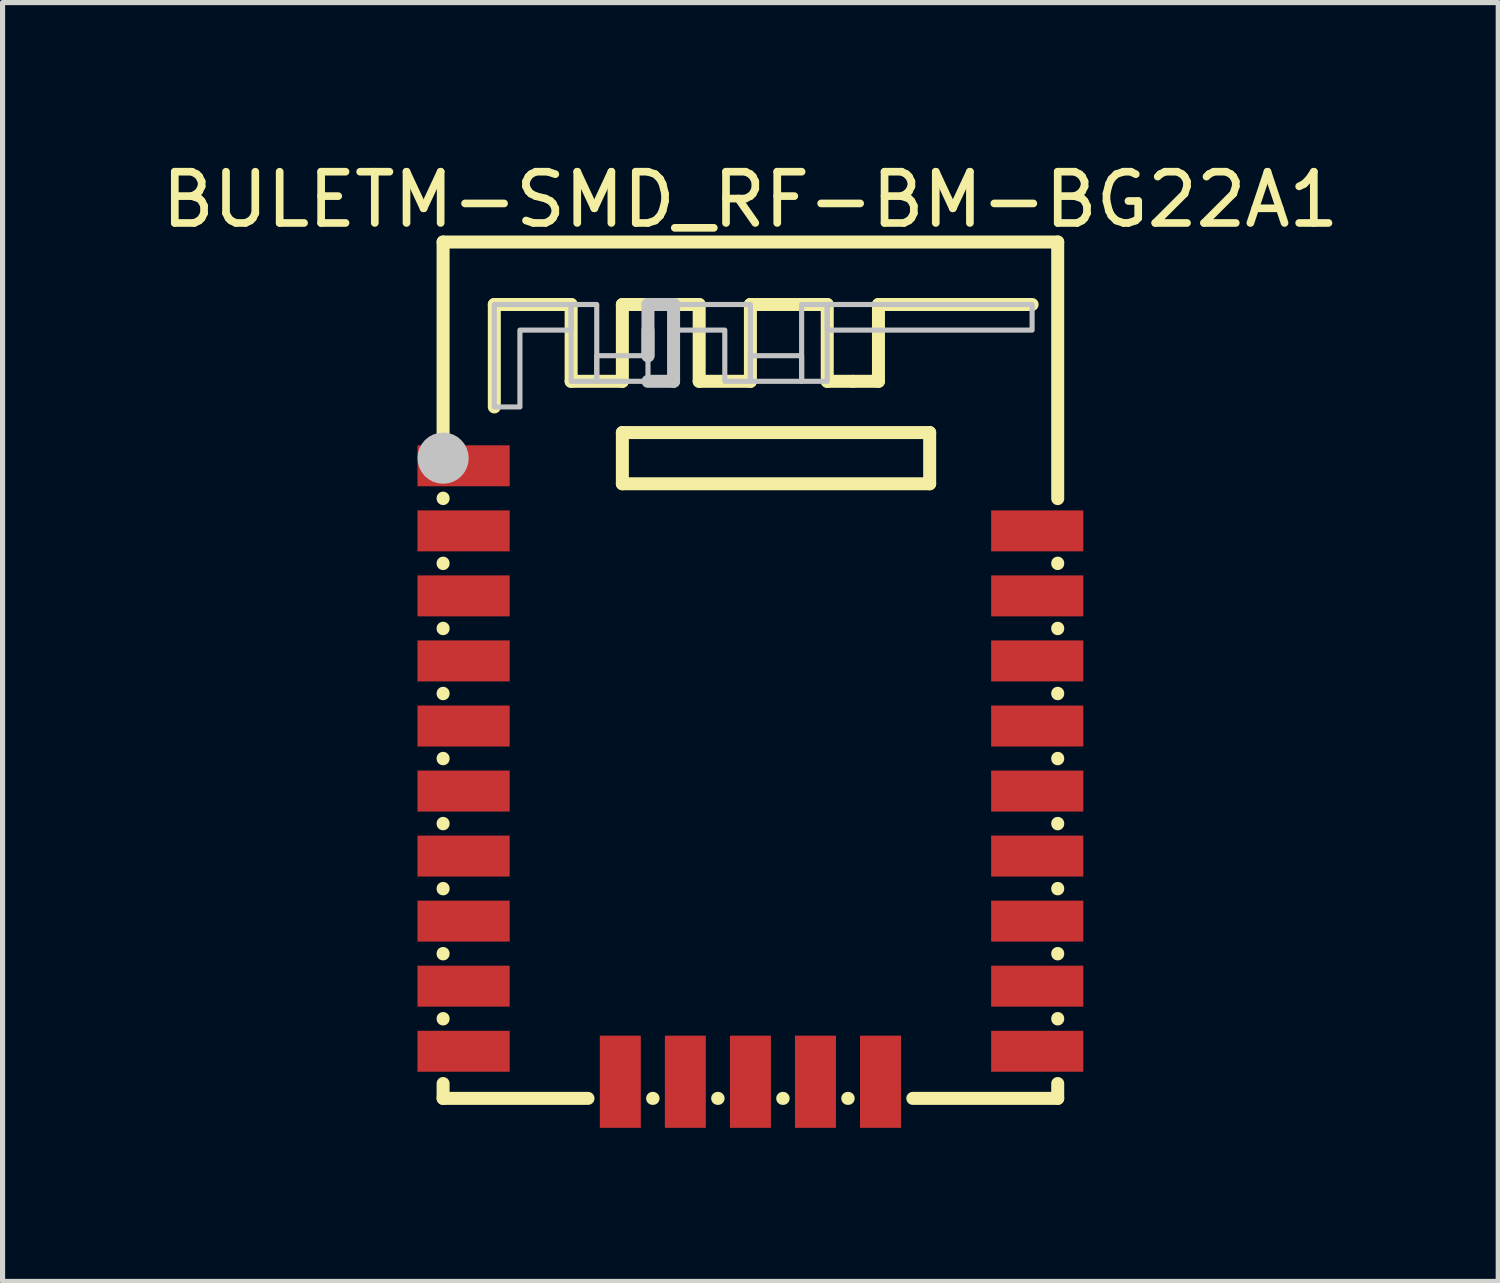
<source format=kicad_pcb>
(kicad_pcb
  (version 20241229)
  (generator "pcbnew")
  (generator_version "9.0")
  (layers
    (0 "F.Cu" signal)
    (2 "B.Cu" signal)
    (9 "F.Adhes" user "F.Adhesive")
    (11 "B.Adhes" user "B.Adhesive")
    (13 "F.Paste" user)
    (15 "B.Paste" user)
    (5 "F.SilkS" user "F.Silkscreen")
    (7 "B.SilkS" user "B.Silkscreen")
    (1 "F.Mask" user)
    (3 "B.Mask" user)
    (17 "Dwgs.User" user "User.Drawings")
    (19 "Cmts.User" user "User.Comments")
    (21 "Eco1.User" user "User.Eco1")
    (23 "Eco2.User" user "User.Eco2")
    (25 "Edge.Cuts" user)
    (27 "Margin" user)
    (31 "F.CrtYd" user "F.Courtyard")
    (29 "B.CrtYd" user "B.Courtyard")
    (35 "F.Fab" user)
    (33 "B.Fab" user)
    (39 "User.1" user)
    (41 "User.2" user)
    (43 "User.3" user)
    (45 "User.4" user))
  (footprint "BULETM-SMD_RF-BM-BG22A1"
    (layer "F.Cu")
    (at 11.601 12.057)
    (property "Reference" "BULETM-SMD_RF-BM-BG22A1" (at 0 -11.209 0) (layer "F.SilkS") (effects (font (size 1 1) (thickness 0.15))))
    (attr smd)
    (fp_line (start -6 -5.373) (end -6 -5.381) (stroke (width 0.254) (type default)) (layer "F.SilkS"))
    (fp_line (start -6 -4.104) (end -6 -4.112) (stroke (width 0.254) (type default)) (layer "F.SilkS"))
    (fp_line (start -6 -2.833) (end -6 -2.841) (stroke (width 0.254) (type default)) (layer "F.SilkS"))
    (fp_line (start -6 -1.563) (end -6 -1.571) (stroke (width 0.254) (type default)) (layer "F.SilkS"))
    (fp_line (start -6 -0.293) (end -6 -0.301) (stroke (width 0.254) (type default)) (layer "F.SilkS"))
    (fp_line (start -6 0.977) (end -6 0.969) (stroke (width 0.254) (type default)) (layer "F.SilkS"))
    (fp_line (start -6 2.247) (end -6 2.239) (stroke (width 0.254) (type default)) (layer "F.SilkS"))
    (fp_line (start -6 3.517) (end -6 3.509) (stroke (width 0.254) (type default)) (layer "F.SilkS"))
    (fp_line (start -6 4.787) (end -6 4.779) (stroke (width 0.254) (type default)) (layer "F.SilkS"))
    (fp_line (start -6 6.338) (end -6 6.048) (stroke (width 0.254) (type default)) (layer "F.SilkS"))
    (fp_line (start -6 -10.382) (end 6 -10.382) (stroke (width 0.254) (type default)) (layer "F.SilkS"))
    (fp_line (start -6 -6.643) (end -6 -10.382) (stroke (width 0.254) (type default)) (layer "F.SilkS"))
    (fp_line (start -5 -9.162) (end -3.5 -9.162) (stroke (width 0.254) (type default)) (layer "F.SilkS"))
    (fp_line (start -5 -7.162) (end -5 -9.162) (stroke (width 0.254) (type default)) (layer "F.SilkS"))
    (fp_line (start -3.5 -9.162) (end -3.5 -7.662) (stroke (width 0.254) (type default)) (layer "F.SilkS"))
    (fp_line (start -3.5 -7.662) (end -2.5 -7.662) (stroke (width 0.254) (type default)) (layer "F.SilkS"))
    (fp_line (start -3.171 6.338) (end -6 6.338) (stroke (width 0.254) (type default)) (layer "F.SilkS"))
    (fp_line (start -2.5 -9.162) (end -1 -9.162) (stroke (width 0.254) (type default)) (layer "F.SilkS"))
    (fp_line (start -2.5 -7.662) (end -2.5 -9.162) (stroke (width 0.254) (type default)) (layer "F.SilkS"))
    (fp_line (start -2.5 -6.662) (end 3.5 -6.662) (stroke (width 0.254) (type default)) (layer "F.SilkS"))
    (fp_line (start -2.5 -5.662) (end -2.5 -6.662) (stroke (width 0.254) (type default)) (layer "F.SilkS"))
    (fp_line (start -1.901 6.338) (end -1.909 6.338) (stroke (width 0.254) (type default)) (layer "F.SilkS"))
    (fp_line (start -1 -9.162) (end -1 -7.662) (stroke (width 0.254) (type default)) (layer "F.SilkS"))
    (fp_line (start -1 -7.662) (end 0 -7.662) (stroke (width 0.254) (type default)) (layer "F.SilkS"))
    (fp_line (start -0.631 6.338) (end -0.639 6.338) (stroke (width 0.254) (type default)) (layer "F.SilkS"))
    (fp_line (start 0 -9.162) (end 1.5 -9.162) (stroke (width 0.254) (type default)) (layer "F.SilkS"))
    (fp_line (start 0 -7.662) (end 0 -9.162) (stroke (width 0.254) (type default)) (layer "F.SilkS"))
    (fp_line (start 0.639 6.338) (end 0.631 6.338) (stroke (width 0.254) (type default)) (layer "F.SilkS"))
    (fp_line (start 1.5 -9.162) (end 1.5 -7.662) (stroke (width 0.254) (type default)) (layer "F.SilkS"))
    (fp_line (start 1.5 -7.662) (end 2 -7.662) (stroke (width 0.254) (type default)) (layer "F.SilkS"))
    (fp_line (start 1.909 6.338) (end 1.901 6.338) (stroke (width 0.254) (type default)) (layer "F.SilkS"))
    (fp_line (start 2 -7.662) (end 2.5 -7.662) (stroke (width 0.254) (type default)) (layer "F.SilkS"))
    (fp_line (start 2.5 -9.162) (end 5.5 -9.162) (stroke (width 0.254) (type default)) (layer "F.SilkS"))
    (fp_line (start 2.5 -7.662) (end 2.5 -9.162) (stroke (width 0.254) (type default)) (layer "F.SilkS"))
    (fp_line (start 3.5 -6.662) (end 3.5 -5.662) (stroke (width 0.254) (type default)) (layer "F.SilkS"))
    (fp_line (start 3.5 -5.662) (end -2.5 -5.662) (stroke (width 0.254) (type default)) (layer "F.SilkS"))
    (fp_line (start 6 -10.382) (end 6 -5.372) (stroke (width 0.254) (type default)) (layer "F.SilkS"))
    (fp_line (start 6 -4.112) (end 6 -4.104) (stroke (width 0.254) (type default)) (layer "F.SilkS"))
    (fp_line (start 6 -2.841) (end 6 -2.833) (stroke (width 0.254) (type default)) (layer "F.SilkS"))
    (fp_line (start 6 -1.571) (end 6 -1.563) (stroke (width 0.254) (type default)) (layer "F.SilkS"))
    (fp_line (start 6 -0.301) (end 6 -0.293) (stroke (width 0.254) (type default)) (layer "F.SilkS"))
    (fp_line (start 6 0.969) (end 6 0.977) (stroke (width 0.254) (type default)) (layer "F.SilkS"))
    (fp_line (start 6 2.239) (end 6 2.247) (stroke (width 0.254) (type default)) (layer "F.SilkS"))
    (fp_line (start 6 3.509) (end 6 3.517) (stroke (width 0.254) (type default)) (layer "F.SilkS"))
    (fp_line (start 6 4.779) (end 6 4.787) (stroke (width 0.254) (type default)) (layer "F.SilkS"))
    (fp_line (start 6 6.048) (end 6 6.338) (stroke (width 0.254) (type default)) (layer "F.SilkS"))
    (fp_line (start 6 6.338) (end 3.171 6.338) (stroke (width 0.254) (type default)) (layer "F.SilkS"))
    (fp_line (start -2 -9.162) (end -1.5 -9.162) (stroke (width 0.254) (type default)) (layer "Dwgs.User"))
    (fp_line (start -2 -8.662) (end -2 -8.162) (stroke (width 0.254) (type default)) (layer "Dwgs.User"))
    (fp_line (start -2 -8.162) (end -2 -9.162) (stroke (width 0.254) (type default)) (layer "Dwgs.User"))
    (fp_line (start -1.5 -9.162) (end -1.5 -7.662) (stroke (width 0.254) (type default)) (layer "Dwgs.User"))
    (fp_line (start -1.5 -7.662) (end -2 -7.662) (stroke (width 0.254) (type default)) (layer "Dwgs.User"))
    (fp_circle (center -6 -6.162) (end -5.75 -6.162) (stroke (width 0.5) (type default)) (fill no) (layer "Dwgs.User"))
    (fp_poly (pts (xy -3.5 -9.162) (xy -3 -9.162) (xy -3 -7.662) (xy -3.5 -7.662)) (stroke (width 0.1) (type default)) (fill no) (layer "Dwgs.User"))
    (fp_poly (pts (xy -3 -7.662) (xy -2 -7.662) (xy -2 -8.162) (xy -3 -8.162)) (stroke (width 0.1) (type default)) (fill no) (layer "Dwgs.User"))
    (fp_poly (pts (xy 0 -7.662) (xy 1 -7.662) (xy 1 -8.162) (xy 0 -8.162)) (stroke (width 0.1) (type default)) (fill no) (layer "Dwgs.User"))
    (fp_poly (pts (xy 1.5 -9.162) (xy 5.5 -9.162) (xy 5.5 -8.662) (xy 1.5 -8.662)) (stroke (width 0.1) (type default)) (fill no) (layer "Dwgs.User"))
    (fp_poly (pts (xy 1 -7.662) (xy 1.5 -7.662) (xy 1.5 -8.662) (xy 1.5 -9.162) (xy 1 -9.162)) (stroke (width 0.1) (type default)) (fill no) (layer "Dwgs.User"))
    (fp_poly (pts (xy -5 -7.162) (xy -5 -9.162) (xy -3.5 -9.162) (xy -3.5 -8.662) (xy -4.5 -8.662) (xy -4.5 -7.162)) (stroke (width 0.1) (type default)) (fill no) (layer "Dwgs.User"))
    (fp_poly (pts (xy -1.5 -9.162) (xy 0 -9.162) (xy 0 -7.662) (xy -0.5 -7.662) (xy -0.5 -8.662) (xy -1.5 -8.662)) (stroke (width 0.1) (type default)) (fill no) (layer "Dwgs.User"))
    (fp_poly (pts (xy -5.8 -6.412) (xy -4.8 -6.412) (xy -4.8 -5.612) (xy -5.8 -5.612)) (stroke (width 0.1) (type default)) (fill no) (layer "User.1"))
    (fp_poly (pts (xy -5.8 -5.143) (xy -4.8 -5.143) (xy -4.8 -4.343) (xy -5.8 -4.343)) (stroke (width 0.1) (type default)) (fill no) (layer "User.1"))
    (fp_poly (pts (xy -5.8 -3.873) (xy -4.8 -3.873) (xy -4.8 -3.072) (xy -5.8 -3.072)) (stroke (width 0.1) (type default)) (fill no) (layer "User.1"))
    (fp_poly (pts (xy -5.8 -2.603) (xy -4.8 -2.603) (xy -4.8 -1.802) (xy -5.8 -1.802)) (stroke (width 0.1) (type default)) (fill no) (layer "User.1"))
    (fp_poly (pts (xy -5.8 -1.333) (xy -4.8 -1.333) (xy -4.8 -0.532) (xy -5.8 -0.532)) (stroke (width 0.1) (type default)) (fill no) (layer "User.1"))
    (fp_poly (pts (xy -5.8 -0.062) (xy -4.8 -0.062) (xy -4.8 0.738) (xy -5.8 0.738)) (stroke (width 0.1) (type default)) (fill no) (layer "User.1"))
    (fp_poly (pts (xy -5.8 1.208) (xy -4.8 1.208) (xy -4.8 2.007) (xy -5.8 2.007)) (stroke (width 0.1) (type default)) (fill no) (layer "User.1"))
    (fp_poly (pts (xy -5.8 2.478) (xy -4.8 2.478) (xy -4.8 3.277) (xy -5.8 3.277)) (stroke (width 0.1) (type default)) (fill no) (layer "User.1"))
    (fp_poly (pts (xy -5.8 3.748) (xy -4.8 3.748) (xy -4.8 4.548) (xy -5.8 4.548)) (stroke (width 0.1) (type default)) (fill no) (layer "User.1"))
    (fp_poly (pts (xy -5.8 5.018) (xy -4.8 5.018) (xy -4.8 5.817) (xy -5.8 5.817)) (stroke (width 0.1) (type default)) (fill no) (layer "User.1"))
    (fp_poly (pts (xy -2.14 5.218) (xy -2.14 6.218) (xy -2.94 6.218) (xy -2.94 5.218)) (stroke (width 0.1) (type default)) (fill no) (layer "User.1"))
    (fp_poly (pts (xy -0.87 5.218) (xy -0.87 6.218) (xy -1.67 6.218) (xy -1.67 5.218)) (stroke (width 0.1) (type default)) (fill no) (layer "User.1"))
    (fp_poly (pts (xy 0.4 5.218) (xy 0.4 6.218) (xy -0.4 6.218) (xy -0.4 5.218)) (stroke (width 0.1) (type default)) (fill no) (layer "User.1"))
    (fp_poly (pts (xy 1.67 5.218) (xy 1.67 6.218) (xy 0.87 6.218) (xy 0.87 5.218)) (stroke (width 0.1) (type default)) (fill no) (layer "User.1"))
    (fp_poly (pts (xy 2.94 5.218) (xy 2.94 6.218) (xy 2.14 6.218) (xy 2.14 5.218)) (stroke (width 0.1) (type default)) (fill no) (layer "User.1"))
    (fp_poly (pts (xy 5.8 -4.343) (xy 4.8 -4.343) (xy 4.8 -5.143) (xy 5.8 -5.143)) (stroke (width 0.1) (type default)) (fill no) (layer "User.1"))
    (fp_poly (pts (xy 5.8 -3.072) (xy 4.8 -3.072) (xy 4.8 -3.873) (xy 5.8 -3.873)) (stroke (width 0.1) (type default)) (fill no) (layer "User.1"))
    (fp_poly (pts (xy 5.8 -1.802) (xy 4.8 -1.802) (xy 4.8 -2.603) (xy 5.8 -2.603)) (stroke (width 0.1) (type default)) (fill no) (layer "User.1"))
    (fp_poly (pts (xy 5.8 -0.532) (xy 4.8 -0.532) (xy 4.8 -1.333) (xy 5.8 -1.333)) (stroke (width 0.1) (type default)) (fill no) (layer "User.1"))
    (fp_poly (pts (xy 5.8 0.738) (xy 4.8 0.738) (xy 4.8 -0.062) (xy 5.8 -0.062)) (stroke (width 0.1) (type default)) (fill no) (layer "User.1"))
    (fp_poly (pts (xy 5.8 2.007) (xy 4.8 2.007) (xy 4.8 1.208) (xy 5.8 1.208)) (stroke (width 0.1) (type default)) (fill no) (layer "User.1"))
    (fp_poly (pts (xy 5.8 3.277) (xy 4.8 3.277) (xy 4.8 2.478) (xy 5.8 2.478)) (stroke (width 0.1) (type default)) (fill no) (layer "User.1"))
    (fp_poly (pts (xy 5.8 4.548) (xy 4.8 4.548) (xy 4.8 3.748) (xy 5.8 3.748)) (stroke (width 0.1) (type default)) (fill no) (layer "User.1"))
    (fp_poly (pts (xy 5.8 5.817) (xy 4.8 5.817) (xy 4.8 5.018) (xy 5.8 5.018)) (stroke (width 0.1) (type default)) (fill no) (layer "User.1"))
    (fp_line (start -5.8 -10.283) (end 5.8 -10.283) (stroke (width 0.051) (type default)) (layer "User.2"))
    (fp_line (start -5.8 6.218) (end -5.8 -10.283) (stroke (width 0.051) (type default)) (layer "User.2"))
    (fp_line (start 5.8 -10.283) (end 5.8 6.218) (stroke (width 0.051) (type default)) (layer "User.2"))
    (fp_line (start 5.8 6.218) (end -5.8 6.218) (stroke (width 0.051) (type default)) (layer "User.2"))
    (fp_poly (pts (xy -5.745 -10.305) (xy -5.777 -10.337) (xy -5.823 -10.337) (xy -5.855 -10.305) (xy -5.855 -10.259) (xy -5.823 -10.227) (xy -5.777 -10.227) (xy -5.745 -10.259)) (stroke (width 0.1) (type default)) (fill no) (layer "User.3"))
    (pad "1" smd rect (at -5.6 -6.013) (size 1.8 0.8) (layers "F.Cu" "F.Mask" "F.Paste"))
    (pad "2" smd rect (at -5.6 -4.742) (size 1.8 0.8) (layers "F.Cu" "F.Mask" "F.Paste"))
    (pad "3" smd rect (at -5.6 -3.473) (size 1.8 0.8) (layers "F.Cu" "F.Mask" "F.Paste"))
    (pad "4" smd rect (at -5.6 -2.203) (size 1.8 0.8) (layers "F.Cu" "F.Mask" "F.Paste"))
    (pad "5" smd rect (at -5.6 -0.932) (size 1.8 0.8) (layers "F.Cu" "F.Mask" "F.Paste"))
    (pad "6" smd rect (at -5.6 0.338) (size 1.8 0.8) (layers "F.Cu" "F.Mask" "F.Paste"))
    (pad "7" smd rect (at -5.6 1.607) (size 1.8 0.8) (layers "F.Cu" "F.Mask" "F.Paste"))
    (pad "8" smd rect (at -5.6 2.877) (size 1.8 0.8) (layers "F.Cu" "F.Mask" "F.Paste"))
    (pad "9" smd rect (at -5.6 4.147) (size 1.8 0.8) (layers "F.Cu" "F.Mask" "F.Paste"))
    (pad "10" smd rect (at -5.6 5.418) (size 1.8 0.8) (layers "F.Cu" "F.Mask" "F.Paste"))
    (pad "11" smd rect (at -2.54 6.013 90) (size 1.8 0.8) (layers "F.Cu" "F.Mask" "F.Paste"))
    (pad "12" smd rect (at -1.27 6.013 90) (size 1.8 0.8) (layers "F.Cu" "F.Mask" "F.Paste"))
    (pad "13" smd rect (at 0 6.013 90) (size 1.8 0.8) (layers "F.Cu" "F.Mask" "F.Paste"))
    (pad "14" smd rect (at 1.27 6.013 90) (size 1.8 0.8) (layers "F.Cu" "F.Mask" "F.Paste"))
    (pad "15" smd rect (at 2.54 6.013 90) (size 1.8 0.8) (layers "F.Cu" "F.Mask" "F.Paste"))
    (pad "16" smd rect (at 5.6 5.418 180) (size 1.8 0.8) (layers "F.Cu" "F.Mask" "F.Paste"))
    (pad "17" smd rect (at 5.6 4.147 180) (size 1.8 0.8) (layers "F.Cu" "F.Mask" "F.Paste"))
    (pad "18" smd rect (at 5.6 2.877 180) (size 1.8 0.8) (layers "F.Cu" "F.Mask" "F.Paste"))
    (pad "19" smd rect (at 5.6 1.607 180) (size 1.8 0.8) (layers "F.Cu" "F.Mask" "F.Paste"))
    (pad "20" smd rect (at 5.6 0.338 180) (size 1.8 0.8) (layers "F.Cu" "F.Mask" "F.Paste"))
    (pad "21" smd rect (at 5.6 -0.932 180) (size 1.8 0.8) (layers "F.Cu" "F.Mask" "F.Paste"))
    (pad "22" smd rect (at 5.6 -2.203 180) (size 1.8 0.8) (layers "F.Cu" "F.Mask" "F.Paste"))
    (pad "23" smd rect (at 5.6 -3.473 180) (size 1.8 0.8) (layers "F.Cu" "F.Mask" "F.Paste"))
    (pad "24" smd rect (at 5.6 -4.742 180) (size 1.8 0.8) (layers "F.Cu" "F.Mask" "F.Paste")))
  (gr_rect
    (start -3 -3)
    (end 26.202 21.969)
    (stroke (width 0.1) (type default))
    (fill no)
    (layer "Edge.Cuts")))
</source>
